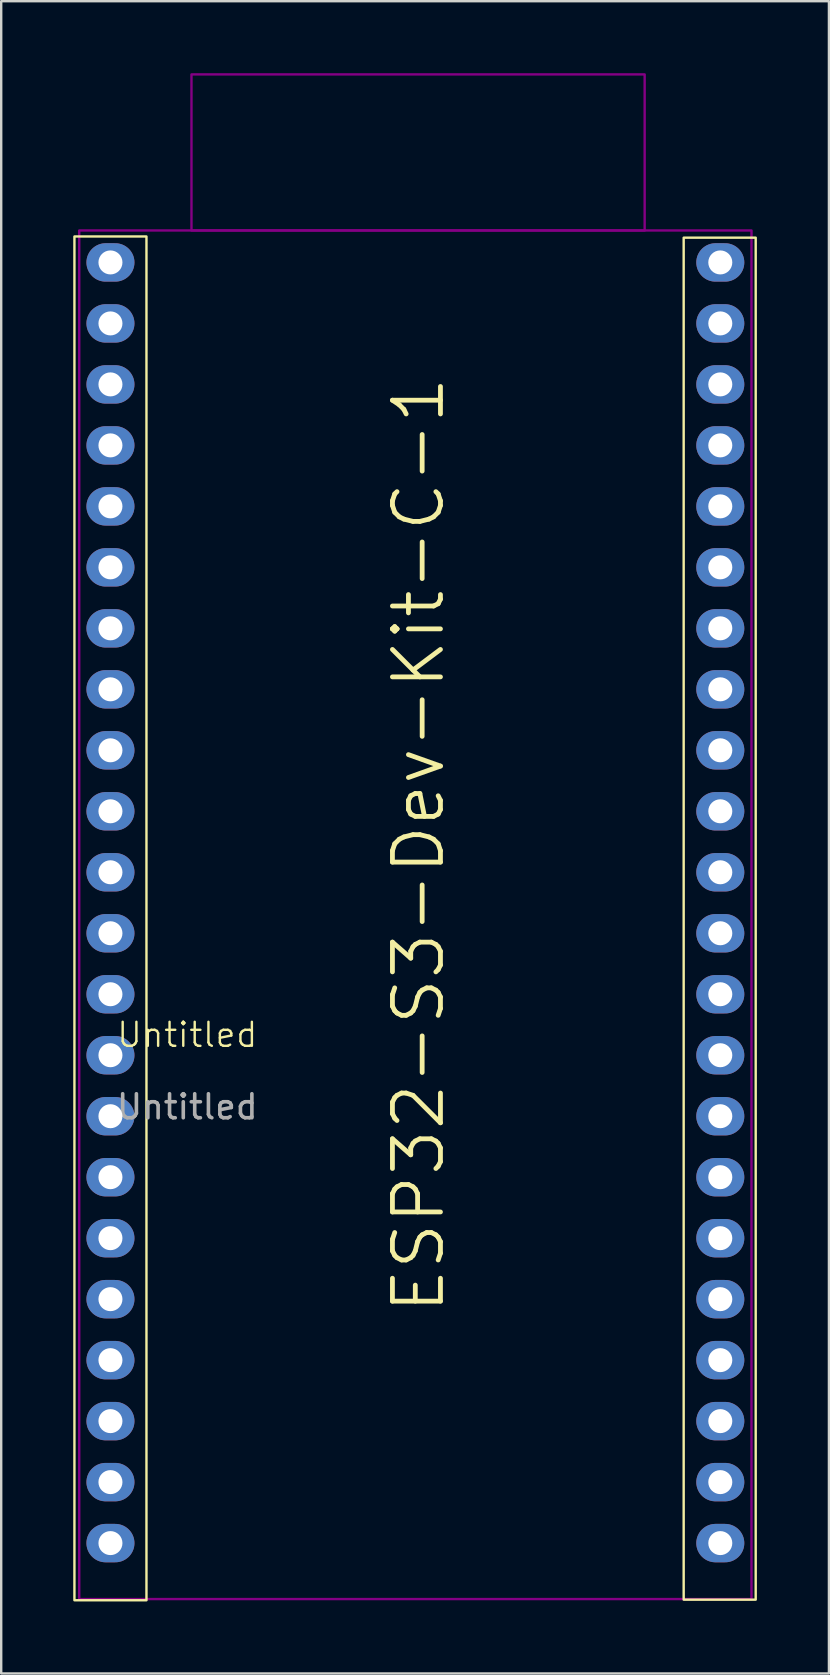
<source format=kicad_pcb>
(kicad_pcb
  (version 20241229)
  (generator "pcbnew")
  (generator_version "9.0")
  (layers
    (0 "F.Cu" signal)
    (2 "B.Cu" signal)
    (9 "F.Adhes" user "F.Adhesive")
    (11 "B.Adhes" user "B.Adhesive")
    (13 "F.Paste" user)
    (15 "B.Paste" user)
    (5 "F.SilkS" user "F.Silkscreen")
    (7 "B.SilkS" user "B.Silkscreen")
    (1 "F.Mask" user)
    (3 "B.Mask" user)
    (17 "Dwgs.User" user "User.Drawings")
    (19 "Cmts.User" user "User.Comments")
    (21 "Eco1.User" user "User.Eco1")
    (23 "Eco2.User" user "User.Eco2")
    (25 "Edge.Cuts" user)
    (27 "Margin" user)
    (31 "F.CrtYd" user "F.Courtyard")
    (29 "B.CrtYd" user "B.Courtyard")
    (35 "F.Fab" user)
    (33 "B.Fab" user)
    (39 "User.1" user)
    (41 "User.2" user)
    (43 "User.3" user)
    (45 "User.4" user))
  (footprint "Untitled"
    (layer "F.Cu")
    (at 13.848 31.825)
    (property "Reference" "Untitled" (at -9.098 8.225 0) (unlocked yes) (layer "F.SilkS") (effects (font (size 1 1) (thickness 0.1))))
    (attr smd)
    (fp_rect (start -13.798 -25.025) (end -10.798 31.775) (stroke (width 0.1) (type solid)) (fill no) (layer "F.SilkS"))
    (fp_rect (start 11.577 -24.975) (end 14.577 31.75) (stroke (width 0.1) (type solid)) (fill no) (layer "F.SilkS"))
    (fp_rect (start -13.598 -25.275) (end 14.402 31.725) (stroke (width 0.1) (type solid)) (fill no) (layer "F.Adhes"))
    (fp_rect (start -8.923 -31.775) (end 9.952 -25.275) (stroke (width 0.1) (type solid)) (fill no) (layer "F.Adhes"))
    (fp_text user "ESP32-S3-Dev-Kit-C-1" (at 1.702 19.925 90) (unlocked yes) (layer "F.SilkS") (effects (font (size 2 2) (thickness 0.2)) (justify left bottom)))
    (fp_text user "${REFERENCE}" (at -9.098 11.225 0) (unlocked yes) (layer "F.Fab") (effects (font (size 1 1) (thickness 0.15))))
    (pad "1" thru_hole oval (at -12.298 -23.945) (size 2 1.6) (drill 1) (layers "*.Cu" "*.Mask"))
    (pad "2" thru_hole oval (at 13.102 -23.945) (size 2 1.6) (drill 1) (layers "*.Cu" "*.Mask"))
    (pad "3" thru_hole oval (at -12.298 -21.405) (size 2 1.6) (drill 1) (layers "*.Cu" "*.Mask"))
    (pad "4" thru_hole oval (at 13.102 -21.405) (size 2 1.6) (drill 1) (layers "*.Cu" "*.Mask"))
    (pad "5" thru_hole oval (at -12.298 -18.865) (size 2 1.6) (drill 1) (layers "*.Cu" "*.Mask"))
    (pad "6" thru_hole oval (at 13.102 -18.865) (size 2 1.6) (drill 1) (layers "*.Cu" "*.Mask"))
    (pad "7" thru_hole oval (at -12.298 -16.325) (size 2 1.6) (drill 1) (layers "*.Cu" "*.Mask"))
    (pad "8" thru_hole oval (at 13.102 -16.325) (size 2 1.6) (drill 1) (layers "*.Cu" "*.Mask"))
    (pad "9" thru_hole oval (at -12.298 -13.785) (size 2 1.6) (drill 1) (layers "*.Cu" "*.Mask"))
    (pad "10" thru_hole oval (at 13.102 -13.785) (size 2 1.6) (drill 1) (layers "*.Cu" "*.Mask"))
    (pad "11" thru_hole oval (at -12.298 -11.245) (size 2 1.6) (drill 1) (layers "*.Cu" "*.Mask"))
    (pad "12" thru_hole oval (at 13.102 -11.245) (size 2 1.6) (drill 1) (layers "*.Cu" "*.Mask"))
    (pad "13" thru_hole oval (at -12.298 -8.705) (size 2 1.6) (drill 1) (layers "*.Cu" "*.Mask"))
    (pad "14" thru_hole oval (at 13.102 -8.705) (size 2 1.6) (drill 1) (layers "*.Cu" "*.Mask"))
    (pad "15" thru_hole oval (at -12.298 -6.165) (size 2 1.6) (drill 1) (layers "*.Cu" "*.Mask"))
    (pad "16" thru_hole oval (at 13.102 -6.165) (size 2 1.6) (drill 1) (layers "*.Cu" "*.Mask"))
    (pad "17" thru_hole oval (at -12.298 -3.625) (size 2 1.6) (drill 1) (layers "*.Cu" "*.Mask"))
    (pad "18" thru_hole oval (at 13.102 -3.625) (size 2 1.6) (drill 1) (layers "*.Cu" "*.Mask"))
    (pad "19" thru_hole oval (at -12.298 -1.085) (size 2 1.6) (drill 1) (layers "*.Cu" "*.Mask"))
    (pad "20" thru_hole oval (at 13.102 -1.085) (size 2 1.6) (drill 1) (layers "*.Cu" "*.Mask"))
    (pad "21" thru_hole oval (at -12.298 1.455) (size 2 1.6) (drill 1) (layers "*.Cu" "*.Mask"))
    (pad "22" thru_hole oval (at 13.102 1.455) (size 2 1.6) (drill 1) (layers "*.Cu" "*.Mask"))
    (pad "23" thru_hole oval (at -12.298 3.995) (size 2 1.6) (drill 1) (layers "*.Cu" "*.Mask"))
    (pad "24" thru_hole oval (at 13.102 3.995) (size 2 1.6) (drill 1) (layers "*.Cu" "*.Mask"))
    (pad "25" thru_hole oval (at -12.298 6.535) (size 2 1.6) (drill 1) (layers "*.Cu" "*.Mask"))
    (pad "26" thru_hole oval (at 13.102 6.535) (size 2 1.6) (drill 1) (layers "*.Cu" "*.Mask"))
    (pad "27" thru_hole oval (at -12.298 9.075) (size 2 1.6) (drill 1) (layers "*.Cu" "*.Mask"))
    (pad "28" thru_hole oval (at 13.102 9.075) (size 2 1.6) (drill 1) (layers "*.Cu" "*.Mask"))
    (pad "29" thru_hole oval (at -12.298 11.615) (size 2 1.6) (drill 1) (layers "*.Cu" "*.Mask"))
    (pad "30" thru_hole oval (at 13.102 11.615) (size 2 1.6) (drill 1) (layers "*.Cu" "*.Mask"))
    (pad "31" thru_hole oval (at -12.298 14.155) (size 2 1.6) (drill 1) (layers "*.Cu" "*.Mask"))
    (pad "32" thru_hole oval (at 13.102 14.155) (size 2 1.6) (drill 1) (layers "*.Cu" "*.Mask"))
    (pad "33" thru_hole oval (at -12.298 16.695) (size 2 1.6) (drill 1) (layers "*.Cu" "*.Mask"))
    (pad "34" thru_hole oval (at 13.102 16.695) (size 2 1.6) (drill 1) (layers "*.Cu" "*.Mask"))
    (pad "35" thru_hole oval (at -12.298 19.235) (size 2 1.6) (drill 1) (layers "*.Cu" "*.Mask"))
    (pad "36" thru_hole oval (at 13.102 19.235) (size 2 1.6) (drill 1) (layers "*.Cu" "*.Mask"))
    (pad "37" thru_hole oval (at -12.298 21.775) (size 2 1.6) (drill 1) (layers "*.Cu" "*.Mask"))
    (pad "38" thru_hole oval (at 13.102 21.775) (size 2 1.6) (drill 1) (layers "*.Cu" "*.Mask"))
    (pad "39" thru_hole oval (at -12.298 24.315) (size 2 1.6) (drill 1) (layers "*.Cu" "*.Mask"))
    (pad "40" thru_hole oval (at 13.102 24.315) (size 2 1.6) (drill 1) (layers "*.Cu" "*.Mask"))
    (pad "41" thru_hole oval (at -12.298 26.855) (size 2 1.6) (drill 1) (layers "*.Cu" "*.Mask"))
    (pad "42" thru_hole oval (at 13.102 26.855) (size 2 1.6) (drill 1) (layers "*.Cu" "*.Mask"))
    (pad "43" thru_hole oval (at -12.298 29.395) (size 2 1.6) (drill 1) (layers "*.Cu" "*.Mask"))
    (pad "44" thru_hole oval (at 13.102 29.395) (size 2 1.6) (drill 1) (layers "*.Cu" "*.Mask")))
  (gr_rect
    (start -3 -3)
    (end 31.475 66.65)
    (stroke (width 0.1) (type default))
    (fill no)
    (layer "Edge.Cuts")))
</source>
